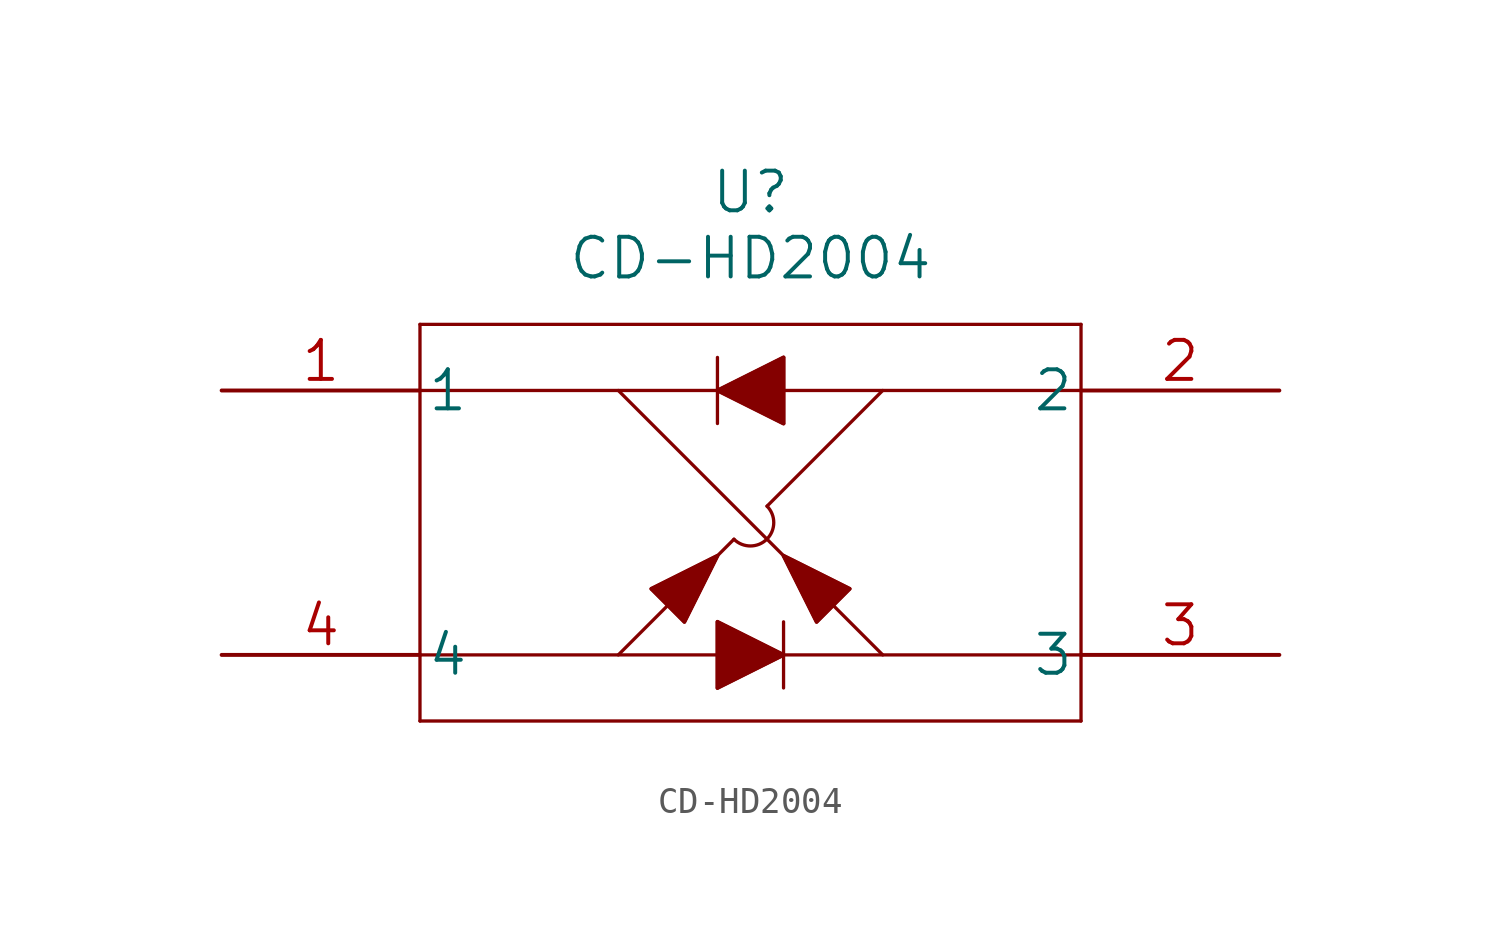
<source format=kicad_sym>
(kicad_symbol_lib
  (version 20220914)
  (generator kicad_symbol_editor)
  (symbol "CD-HD2004"
    (pin_names
      (offset 0.254))
    (property "Reference" "U"
      (at 20.32 7.62 0)
      (effects (font (size 1.524 1.524))))
    (property "Value" "CD-HD2004"
      (at 20.32 5.08 0)
      (effects (font (size 1.524 1.524))))
    (property "Datasheet" ""
      (at 0 0 0)
      (effects (font (size 1.524 1.524))))
    (property "ki_locked" ""
      (at 0 0 0)
      (effects (font (size 1.27 1.27))))
    (symbol "CD-HD2004_1_1"
      (polyline (pts (xy 7.62 -12.7) (xy 33.02 -12.7)) (stroke (width 0.127) (type solid)) (fill (type none)))
      (polyline (pts (xy 7.62 -10.16) (xy 33.02 -10.16)) (stroke (width 0.127) (type solid)) (fill (type none)))
      (polyline (pts (xy 7.62 0) (xy 33.02 0)) (stroke (width 0.127) (type solid)) (fill (type none)))
      (polyline (pts (xy 7.62 2.54) (xy 7.62 -12.7)) (stroke (width 0.127) (type solid)) (fill (type none)))
      (polyline (pts (xy 15.24 0) (xy 25.4 -10.16)) (stroke (width 0.127) (type solid)) (fill (type none)))
      (polyline (pts (xy 16.51 -7.62) (xy 17.78 -8.89)) (stroke (width 0.127) (type solid)) (fill (type none)))
      (polyline (pts (xy 16.51 -7.62) (xy 19.05 -6.35)) (stroke (width 0.127) (type solid)) (fill (type none)))
      (polyline (pts (xy 19.05 -11.43) (xy 21.59 -10.16)) (stroke (width 0.127) (type solid)) (fill (type none)))
      (polyline (pts (xy 19.05 -8.89) (xy 19.05 -11.43)) (stroke (width 0.127) (type solid)) (fill (type none)))
      (polyline (pts (xy 19.05 -8.89) (xy 21.59 -10.16)) (stroke (width 0.127) (type solid)) (fill (type none)))
      (polyline (pts (xy 19.05 -6.35) (xy 17.78 -8.89)) (stroke (width 0.127) (type solid)) (fill (type none)))
      (polyline (pts (xy 19.05 0) (xy 21.59 -1.27)) (stroke (width 0.127) (type solid)) (fill (type none)))
      (polyline (pts (xy 19.05 0) (xy 21.59 1.27)) (stroke (width 0.127) (type solid)) (fill (type none)))
      (polyline (pts (xy 19.05 1.27) (xy 19.05 -1.27)) (stroke (width 0.127) (type solid)) (fill (type none)))
      (polyline (pts (xy 19.685 -5.715) (xy 15.24 -10.16)) (stroke (width 0.127) (type solid)) (fill (type none)))
      (polyline (pts (xy 20.955 -4.445) (xy 25.4 0)) (stroke (width 0.127) (type solid)) (fill (type none)))
      (polyline (pts (xy 21.59 -8.89) (xy 21.59 -11.43)) (stroke (width 0.127) (type solid)) (fill (type none)))
      (polyline (pts (xy 21.59 -6.35) (xy 24.13 -7.62)) (stroke (width 0.127) (type solid)) (fill (type none)))
      (polyline (pts (xy 21.59 1.27) (xy 21.59 -1.27)) (stroke (width 0.127) (type solid)) (fill (type none)))
      (polyline (pts (xy 22.86 -8.89) (xy 21.59 -6.35)) (stroke (width 0.127) (type solid)) (fill (type none)))
      (polyline (pts (xy 22.86 -8.89) (xy 24.13 -7.62)) (stroke (width 0.127) (type solid)) (fill (type none)))
      (polyline (pts (xy 33.02 -12.7) (xy 33.02 2.54)) (stroke (width 0.127) (type solid)) (fill (type none)))
      (polyline (pts (xy 33.02 2.54) (xy 7.62 2.54)) (stroke (width 0.127) (type solid)) (fill (type none)))
      (polyline (pts (xy 16.51 -7.62) (xy 17.78 -8.89) (xy 19.05 -6.35) (xy 16.51 -7.62)) (stroke (width 0) (type solid)) (fill (type outline)))
      (polyline (pts (xy 19.05 -8.89) (xy 19.05 -11.43) (xy 21.59 -10.16) (xy 19.05 -8.89)) (stroke (width 0) (type solid)) (fill (type outline)))
      (polyline (pts (xy 19.05 0) (xy 21.59 1.27) (xy 21.59 -1.27) (xy 19.05 0)) (stroke (width 0) (type solid)) (fill (type outline)))
      (polyline (pts (xy 21.59 -6.35) (xy 22.86 -8.89) (xy 24.13 -7.62) (xy 21.59 -6.35)) (stroke (width 0) (type solid)) (fill (type outline)))
      (arc (start 19.685 -5.715) (mid 20.955 -5.715) (end 20.955 -4.445) (stroke (width 0.127) (type solid)) (fill (type none)))
      (pin unspecified line (at 0 0 0) (length 7.62) (name "1" (effects (font (size 1.499 1.499)))) (number "1" (effects (font (size 1.499 1.499)))))
      (pin unspecified line (at 40.64 0 180) (length 7.62) (name "2" (effects (font (size 1.499 1.499)))) (number "2" (effects (font (size 1.499 1.499)))))
      (pin unspecified line (at 40.64 -10.16 180) (length 7.62) (name "3" (effects (font (size 1.499 1.499)))) (number "3" (effects (font (size 1.499 1.499)))))
      (pin unspecified line (at 0 -10.16 0) (length 7.62) (name "4" (effects (font (size 1.499 1.499)))) (number "4" (effects (font (size 1.499 1.499))))))))
</source>
